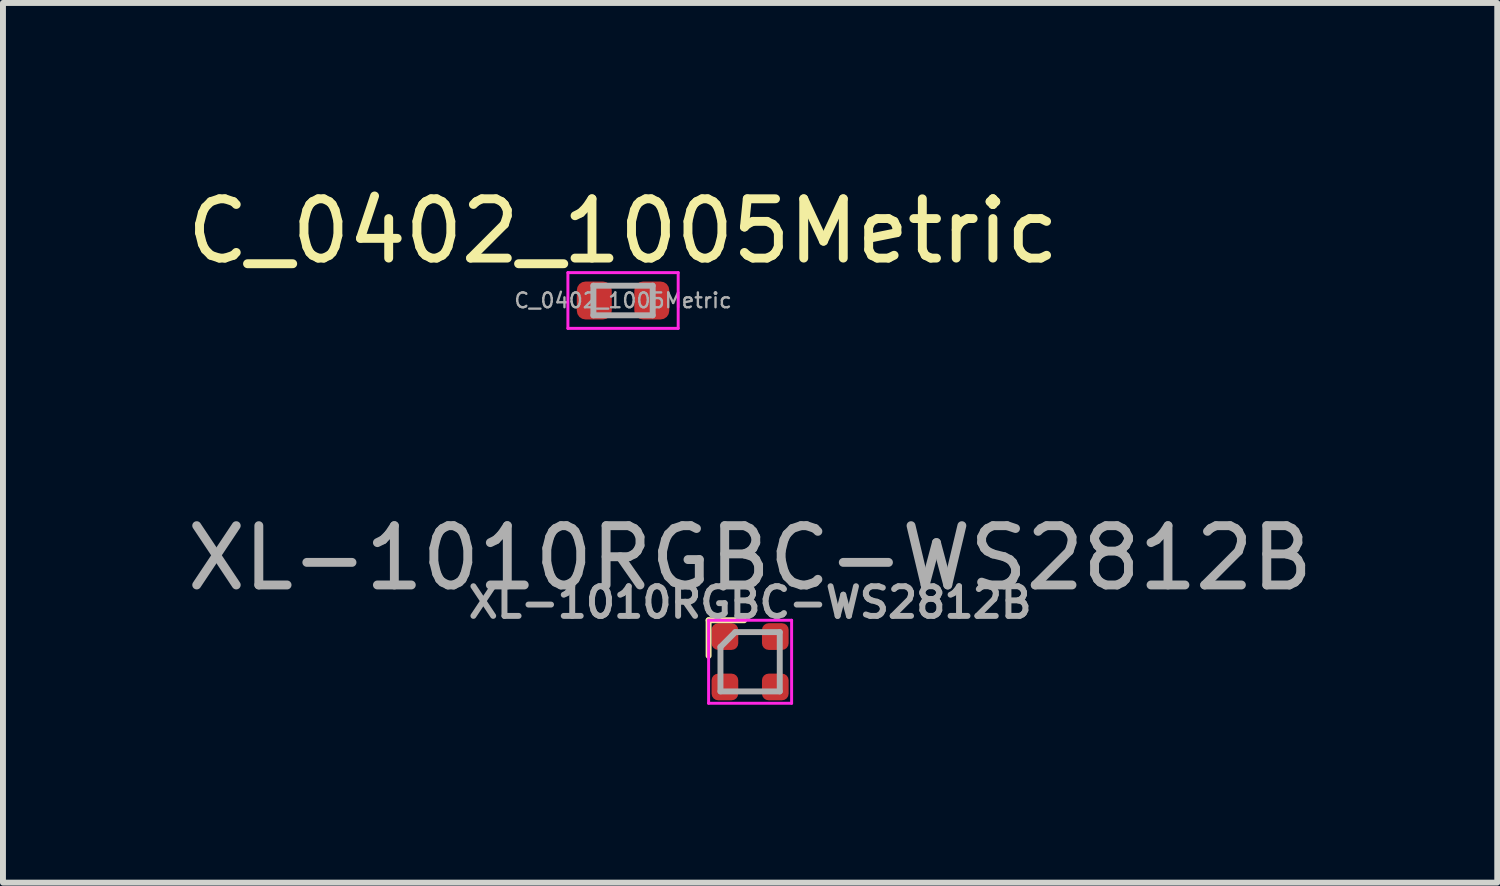
<source format=kicad_pcb>
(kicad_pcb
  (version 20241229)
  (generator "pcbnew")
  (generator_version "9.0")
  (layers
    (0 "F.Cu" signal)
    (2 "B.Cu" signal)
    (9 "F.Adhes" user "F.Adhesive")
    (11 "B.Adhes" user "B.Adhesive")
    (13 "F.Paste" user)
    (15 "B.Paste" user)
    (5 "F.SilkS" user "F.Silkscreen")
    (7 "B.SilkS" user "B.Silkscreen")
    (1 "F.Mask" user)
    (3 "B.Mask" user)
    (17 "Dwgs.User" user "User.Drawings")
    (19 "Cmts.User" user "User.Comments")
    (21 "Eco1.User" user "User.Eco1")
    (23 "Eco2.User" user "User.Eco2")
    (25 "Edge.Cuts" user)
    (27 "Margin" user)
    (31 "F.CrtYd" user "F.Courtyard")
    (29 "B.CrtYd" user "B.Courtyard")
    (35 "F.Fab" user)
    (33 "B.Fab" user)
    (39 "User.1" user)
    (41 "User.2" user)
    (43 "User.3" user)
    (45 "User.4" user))
  (footprint "XL-1010RGBC-WS2812B"
    (layer "F.Cu")
    (at 9.601 8.111)
    (property "Reference" "XL-1010RGBC-WS2812B" (at 0 -1.75 0) (layer "F.Fab") (effects (font (size 1 1) (thickness 0.15))))
    (attr smd)
    (fp_line (start -0.7 -0.7) (end -0.7 -0.1) (stroke (width 0.1) (type solid)) (layer "F.SilkS"))
    (fp_line (start -0.1 -0.7) (end -0.7 -0.7) (stroke (width 0.1) (type solid)) (layer "F.SilkS"))
    (fp_line (start -0.7 -0.7) (end -0.7 0.7) (stroke (width 0.05) (type solid)) (layer "F.CrtYd"))
    (fp_line (start -0.7 0.7) (end 0.7 0.7) (stroke (width 0.05) (type solid)) (layer "F.CrtYd"))
    (fp_line (start 0.7 -0.7) (end -0.7 -0.7) (stroke (width 0.05) (type solid)) (layer "F.CrtYd"))
    (fp_line (start 0.7 0.7) (end 0.7 -0.7) (stroke (width 0.05) (type solid)) (layer "F.CrtYd"))
    (fp_line (start -0.5 -0.25) (end -0.5 0.5) (stroke (width 0.1) (type solid)) (layer "F.Fab"))
    (fp_line (start -0.5 0.5) (end 0.5 0.5) (stroke (width 0.1) (type solid)) (layer "F.Fab"))
    (fp_line (start -0.25 -0.5) (end -0.5 -0.25) (stroke (width 0.1) (type solid)) (layer "F.Fab"))
    (fp_line (start 0.5 -0.5) (end -0.25 -0.5) (stroke (width 0.1) (type solid)) (layer "F.Fab"))
    (fp_line (start 0.5 0.5) (end 0.5 -0.5) (stroke (width 0.1) (type solid)) (layer "F.Fab"))
    (fp_text user "${REFERENCE}" (at 0 -1 0) (layer "F.Fab") (effects (font (size 0.5 0.5) (thickness 0.1))))
    (pad "1" smd roundrect (at -0.425 -0.425) (size 0.45 0.45) (layers "F.Cu" "F.Mask" "F.Paste") (roundrect_rratio 0.25))
    (pad "2" smd roundrect (at 0.425 -0.425) (size 0.45 0.45) (layers "F.Cu" "F.Mask" "F.Paste") (roundrect_rratio 0.25))
    (pad "3" smd roundrect (at -0.425 0.425) (size 0.45 0.45) (layers "F.Cu" "F.Mask" "F.Paste") (roundrect_rratio 0.25))
    (pad "4" smd roundrect (at 0.425 0.425) (size 0.45 0.45) (layers "F.Cu" "F.Mask" "F.Paste") (roundrect_rratio 0.25)))
  (footprint "C_0402_1005Metric"
    (layer "F.Cu")
    (at 7.458 2.018)
    (property "Reference" "C_0402_1005Metric" (at 0 -1.17 0) (layer "F.SilkS") (effects (font (size 1 1) (thickness 0.15))))
    (attr smd)
    (fp_line (start -0.93 -0.47) (end 0.93 -0.47) (stroke (width 0.05) (type solid)) (layer "F.CrtYd"))
    (fp_line (start -0.93 0.47) (end -0.93 -0.47) (stroke (width 0.05) (type solid)) (layer "F.CrtYd"))
    (fp_line (start 0.93 -0.47) (end 0.93 0.47) (stroke (width 0.05) (type solid)) (layer "F.CrtYd"))
    (fp_line (start 0.93 0.47) (end -0.93 0.47) (stroke (width 0.05) (type solid)) (layer "F.CrtYd"))
    (fp_line (start -0.5 -0.25) (end 0.5 -0.25) (stroke (width 0.1) (type solid)) (layer "F.Fab"))
    (fp_line (start -0.5 0.25) (end -0.5 -0.25) (stroke (width 0.1) (type solid)) (layer "F.Fab"))
    (fp_line (start 0.5 -0.25) (end 0.5 0.25) (stroke (width 0.1) (type solid)) (layer "F.Fab"))
    (fp_line (start 0.5 0.25) (end -0.5 0.25) (stroke (width 0.1) (type solid)) (layer "F.Fab"))
    (fp_text user "${REFERENCE}" (at 0 0 0) (layer "F.Fab") (effects (font (size 0.25 0.25) (thickness 0.04))))
    (pad "1" smd roundrect (at -0.485 0) (size 0.59 0.64) (layers "F.Cu" "F.Mask" "F.Paste") (roundrect_rratio 0.25))
    (pad "2" smd roundrect (at 0.485 0) (size 0.59 0.64) (layers "F.Cu" "F.Mask" "F.Paste") (roundrect_rratio 0.25)))
  (gr_rect
    (start -3 -3)
    (end 22.202 11.836)
    (stroke (width 0.1) (type default))
    (fill no)
    (layer "Edge.Cuts")))
</source>
